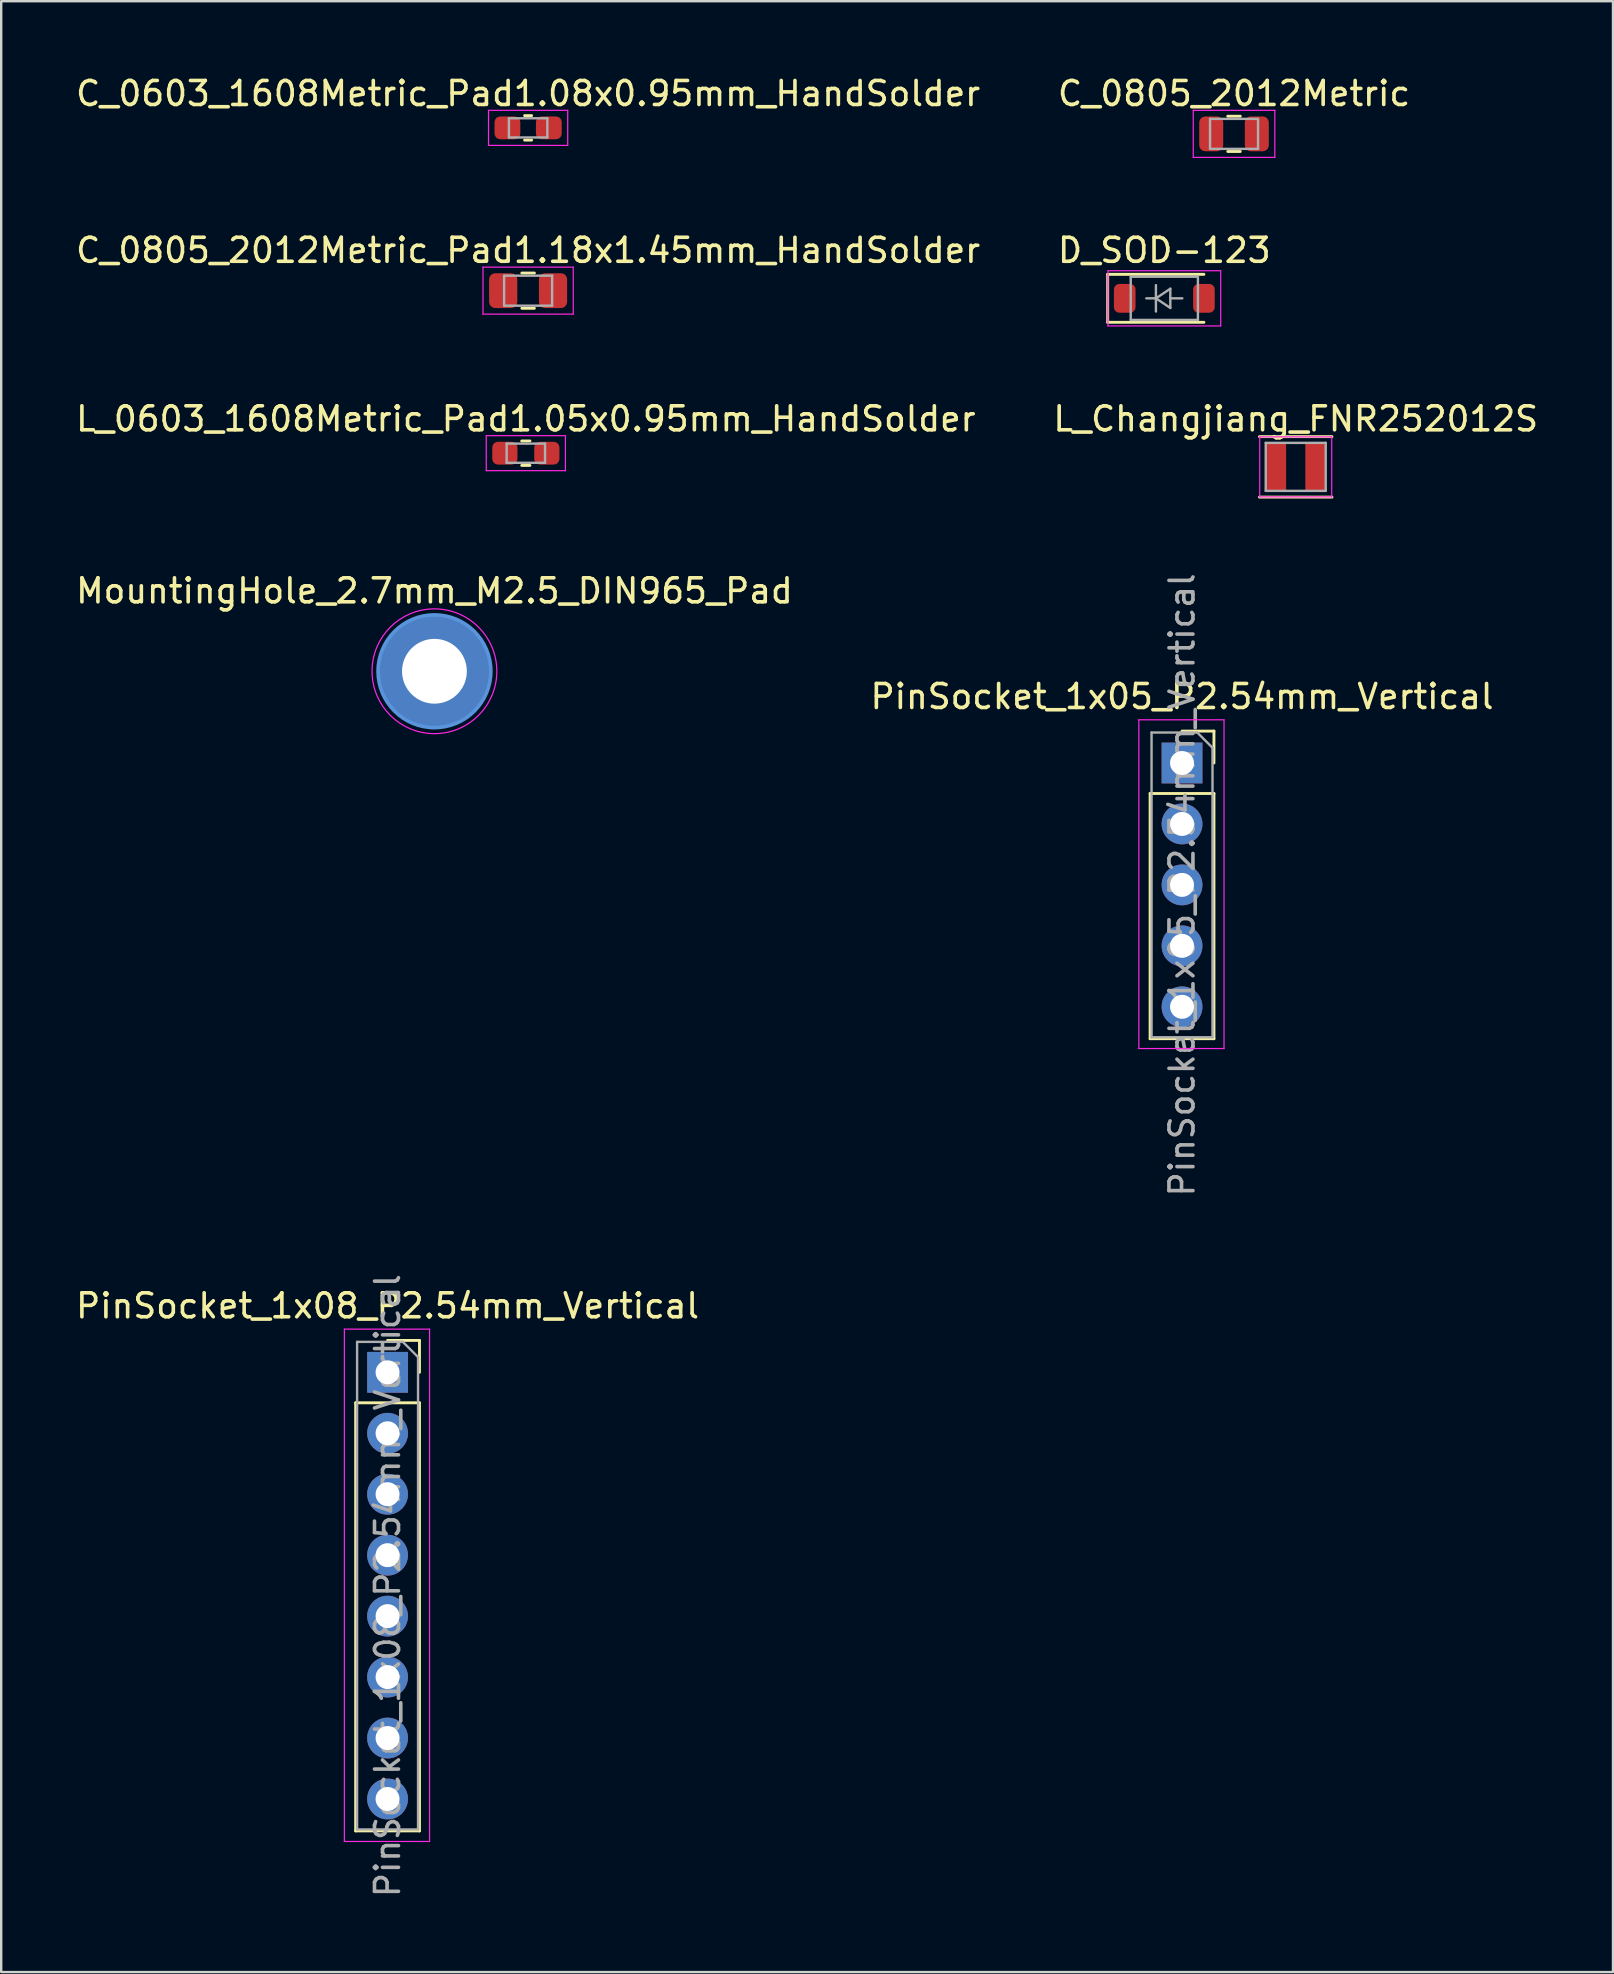
<source format=kicad_pcb>
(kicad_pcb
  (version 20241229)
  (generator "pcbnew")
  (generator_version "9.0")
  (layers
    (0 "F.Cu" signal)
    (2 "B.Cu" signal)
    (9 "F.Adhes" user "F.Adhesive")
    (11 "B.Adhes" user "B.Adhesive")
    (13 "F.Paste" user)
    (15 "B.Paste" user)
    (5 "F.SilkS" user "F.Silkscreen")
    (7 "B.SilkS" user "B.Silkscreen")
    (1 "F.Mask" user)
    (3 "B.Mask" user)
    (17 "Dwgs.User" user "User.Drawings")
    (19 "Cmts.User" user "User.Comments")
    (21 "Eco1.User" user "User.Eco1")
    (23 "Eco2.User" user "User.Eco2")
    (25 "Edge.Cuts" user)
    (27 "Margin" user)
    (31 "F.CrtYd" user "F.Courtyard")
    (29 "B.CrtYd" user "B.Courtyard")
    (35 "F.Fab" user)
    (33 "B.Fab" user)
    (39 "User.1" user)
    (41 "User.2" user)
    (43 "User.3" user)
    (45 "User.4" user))
  (footprint "D_SOD-123"
    (layer "F.Cu")
    (at 45.47 9.382)
    (property "Reference" "D_SOD-123" (at 0 -2 0) (layer "F.SilkS") (effects (font (size 1 1) (thickness 0.15))))
    (attr smd)
    (fp_line (start -2.36 -1) (end -2.36 1) (stroke (width 0.12) (type solid)) (layer "F.SilkS"))
    (fp_line (start -2.36 -1) (end 1.65 -1) (stroke (width 0.12) (type solid)) (layer "F.SilkS"))
    (fp_line (start -2.36 1) (end 1.65 1) (stroke (width 0.12) (type solid)) (layer "F.SilkS"))
    (fp_line (start -2.35 -1.15) (end -2.35 1.15) (stroke (width 0.05) (type solid)) (layer "F.CrtYd"))
    (fp_line (start -2.35 -1.15) (end 2.35 -1.15) (stroke (width 0.05) (type solid)) (layer "F.CrtYd"))
    (fp_line (start 2.35 -1.15) (end 2.35 1.15) (stroke (width 0.05) (type solid)) (layer "F.CrtYd"))
    (fp_line (start 2.35 1.15) (end -2.35 1.15) (stroke (width 0.05) (type solid)) (layer "F.CrtYd"))
    (fp_line (start -1.4 -0.9) (end 1.4 -0.9) (stroke (width 0.1) (type solid)) (layer "F.Fab"))
    (fp_line (start -1.4 0.9) (end -1.4 -0.9) (stroke (width 0.1) (type solid)) (layer "F.Fab"))
    (fp_line (start -0.75 0) (end -0.35 0) (stroke (width 0.1) (type solid)) (layer "F.Fab"))
    (fp_line (start -0.35 0) (end -0.35 -0.55) (stroke (width 0.1) (type solid)) (layer "F.Fab"))
    (fp_line (start -0.35 0) (end -0.35 0.55) (stroke (width 0.1) (type solid)) (layer "F.Fab"))
    (fp_line (start -0.35 0) (end 0.25 -0.4) (stroke (width 0.1) (type solid)) (layer "F.Fab"))
    (fp_line (start 0.25 -0.4) (end 0.25 0.4) (stroke (width 0.1) (type solid)) (layer "F.Fab"))
    (fp_line (start 0.25 0) (end 0.75 0) (stroke (width 0.1) (type solid)) (layer "F.Fab"))
    (fp_line (start 0.25 0.4) (end -0.35 0) (stroke (width 0.1) (type solid)) (layer "F.Fab"))
    (fp_line (start 1.4 -0.9) (end 1.4 0.9) (stroke (width 0.1) (type solid)) (layer "F.Fab"))
    (fp_line (start 1.4 0.9) (end -1.4 0.9) (stroke (width 0.1) (type solid)) (layer "F.Fab"))
    (pad "1" smd roundrect (at -1.65 0) (size 0.9 1.2) (layers "F.Cu" "F.Mask" "F.Paste") (roundrect_rratio 0.25))
    (pad "2" smd roundrect (at 1.65 0) (size 0.9 1.2) (layers "F.Cu" "F.Mask" "F.Paste") (roundrect_rratio 0.25)))
  (footprint "L_Changjiang_FNR252012S"
    (layer "F.Cu")
    (at 50.946 16.405)
    (property "Reference" "L_Changjiang_FNR252012S" (at 0 -2 180) (layer "F.SilkS") (effects (font (size 1 1) (thickness 0.15))))
    (attr smd)
    (fp_line (start -1.51 -1.26) (end 1.51 -1.26) (stroke (width 0.12) (type solid)) (layer "F.SilkS"))
    (fp_line (start -1.51 1.26) (end 1.51 1.26) (stroke (width 0.12) (type solid)) (layer "F.SilkS"))
    (fp_line (start -1.5 -1.25) (end -1.5 1.25) (stroke (width 0.05) (type solid)) (layer "F.CrtYd"))
    (fp_line (start -1.5 1.25) (end 1.5 1.25) (stroke (width 0.05) (type solid)) (layer "F.CrtYd"))
    (fp_line (start 1.5 -1.25) (end -1.5 -1.25) (stroke (width 0.05) (type solid)) (layer "F.CrtYd"))
    (fp_line (start 1.5 1.25) (end 1.5 -1.25) (stroke (width 0.05) (type solid)) (layer "F.CrtYd"))
    (fp_line (start -1.25 -1) (end -1.25 1) (stroke (width 0.1) (type solid)) (layer "F.Fab"))
    (fp_line (start -1.25 1) (end 1.25 1) (stroke (width 0.1) (type solid)) (layer "F.Fab"))
    (fp_line (start 1.25 -1) (end -1.25 -1) (stroke (width 0.1) (type solid)) (layer "F.Fab"))
    (fp_line (start 1.25 1) (end 1.25 -1) (stroke (width 0.1) (type solid)) (layer "F.Fab"))
    (pad "1" smd rect (at -0.825 0) (size 0.85 2) (layers "F.Cu" "F.Mask" "F.Paste"))
    (pad "2" smd rect (at 0.825 0) (size 0.85 2) (layers "F.Cu" "F.Mask" "F.Paste")))
  (footprint "PinSocket_1x08_P2.54mm_Vertical"
    (layer "F.Cu")
    (at 13.101 54.138)
    (property "Reference" "PinSocket_1x08_P2.54mm_Vertical" (at 0 -2.77 0) (layer "F.SilkS") (effects (font (size 1 1) (thickness 0.15))))
    (attr through_hole)
    (fp_line (start -1.33 1.27) (end -1.33 19.11) (stroke (width 0.12) (type solid)) (layer "F.SilkS"))
    (fp_line (start -1.33 1.27) (end 1.33 1.27) (stroke (width 0.12) (type solid)) (layer "F.SilkS"))
    (fp_line (start -1.33 19.11) (end 1.33 19.11) (stroke (width 0.12) (type solid)) (layer "F.SilkS"))
    (fp_line (start 0 -1.33) (end 1.33 -1.33) (stroke (width 0.12) (type solid)) (layer "F.SilkS"))
    (fp_line (start 1.33 -1.33) (end 1.33 0) (stroke (width 0.12) (type solid)) (layer "F.SilkS"))
    (fp_line (start 1.33 1.27) (end 1.33 19.11) (stroke (width 0.12) (type solid)) (layer "F.SilkS"))
    (fp_line (start -1.8 -1.8) (end 1.75 -1.8) (stroke (width 0.05) (type solid)) (layer "F.CrtYd"))
    (fp_line (start -1.8 19.55) (end -1.8 -1.8) (stroke (width 0.05) (type solid)) (layer "F.CrtYd"))
    (fp_line (start 1.75 -1.8) (end 1.75 19.55) (stroke (width 0.05) (type solid)) (layer "F.CrtYd"))
    (fp_line (start 1.75 19.55) (end -1.8 19.55) (stroke (width 0.05) (type solid)) (layer "F.CrtYd"))
    (fp_line (start -1.27 -1.27) (end 0.635 -1.27) (stroke (width 0.1) (type solid)) (layer "F.Fab"))
    (fp_line (start -1.27 19.05) (end -1.27 -1.27) (stroke (width 0.1) (type solid)) (layer "F.Fab"))
    (fp_line (start 0.635 -1.27) (end 1.27 -0.635) (stroke (width 0.1) (type solid)) (layer "F.Fab"))
    (fp_line (start 1.27 -0.635) (end 1.27 19.05) (stroke (width 0.1) (type solid)) (layer "F.Fab"))
    (fp_line (start 1.27 19.05) (end -1.27 19.05) (stroke (width 0.1) (type solid)) (layer "F.Fab"))
    (fp_text user "${REFERENCE}" (at 0 8.89 90) (layer "F.Fab") (effects (font (size 1 1) (thickness 0.15))))
    (pad "1" thru_hole rect (at 0 0) (size 1.7 1.7) (drill 1) (layers "*.Cu" "*.Mask"))
    (pad "2" thru_hole oval (at 0 2.54) (size 1.7 1.7) (drill 1) (layers "*.Cu" "*.Mask"))
    (pad "3" thru_hole oval (at 0 5.08) (size 1.7 1.7) (drill 1) (layers "*.Cu" "*.Mask"))
    (pad "4" thru_hole oval (at 0 7.62) (size 1.7 1.7) (drill 1) (layers "*.Cu" "*.Mask"))
    (pad "5" thru_hole oval (at 0 10.16) (size 1.7 1.7) (drill 1) (layers "*.Cu" "*.Mask"))
    (pad "6" thru_hole oval (at 0 12.7) (size 1.7 1.7) (drill 1) (layers "*.Cu" "*.Mask"))
    (pad "7" thru_hole oval (at 0 15.24) (size 1.7 1.7) (drill 1) (layers "*.Cu" "*.Mask"))
    (pad "8" thru_hole oval (at 0 17.78) (size 1.7 1.7) (drill 1) (layers "*.Cu" "*.Mask")))
  (footprint "C_0805_2012Metric_Pad1.18x1.45mm_HandSolder"
    (layer "F.Cu")
    (at 18.958 9.062)
    (property "Reference" "C_0805_2012Metric_Pad1.18x1.45mm_HandSolder" (at 0 -1.68 0) (layer "F.SilkS") (effects (font (size 1 1) (thickness 0.15))))
    (attr smd)
    (fp_line (start -0.261 -0.735) (end 0.261 -0.735) (stroke (width 0.12) (type solid)) (layer "F.SilkS"))
    (fp_line (start -0.261 0.735) (end 0.261 0.735) (stroke (width 0.12) (type solid)) (layer "F.SilkS"))
    (fp_line (start -1.88 -0.98) (end 1.88 -0.98) (stroke (width 0.05) (type solid)) (layer "F.CrtYd"))
    (fp_line (start -1.88 0.98) (end -1.88 -0.98) (stroke (width 0.05) (type solid)) (layer "F.CrtYd"))
    (fp_line (start 1.88 -0.98) (end 1.88 0.98) (stroke (width 0.05) (type solid)) (layer "F.CrtYd"))
    (fp_line (start 1.88 0.98) (end -1.88 0.98) (stroke (width 0.05) (type solid)) (layer "F.CrtYd"))
    (fp_line (start -1 -0.625) (end 1 -0.625) (stroke (width 0.1) (type solid)) (layer "F.Fab"))
    (fp_line (start -1 0.625) (end -1 -0.625) (stroke (width 0.1) (type solid)) (layer "F.Fab"))
    (fp_line (start 1 -0.625) (end 1 0.625) (stroke (width 0.1) (type solid)) (layer "F.Fab"))
    (fp_line (start 1 0.625) (end -1 0.625) (stroke (width 0.1) (type solid)) (layer "F.Fab"))
    (pad "1" smd roundrect (at -1.038 0 180) (size 1.175 1.45) (layers "F.Cu" "F.Mask" "F.Paste") (roundrect_rratio 0.213))
    (pad "2" smd roundrect (at 1.038 0 180) (size 1.175 1.45) (layers "F.Cu" "F.Mask" "F.Paste") (roundrect_rratio 0.213)))
  (footprint "L_0603_1608Metric_Pad1.05x0.95mm_HandSolder"
    (layer "F.Cu")
    (at 18.863 15.835)
    (property "Reference" "L_0603_1608Metric_Pad1.05x0.95mm_HandSolder" (at 0 -1.43 180) (layer "F.SilkS") (effects (font (size 1 1) (thickness 0.15))))
    (attr smd)
    (fp_line (start -0.171 -0.51) (end 0.171 -0.51) (stroke (width 0.12) (type solid)) (layer "F.SilkS"))
    (fp_line (start -0.171 0.51) (end 0.171 0.51) (stroke (width 0.12) (type solid)) (layer "F.SilkS"))
    (fp_line (start -1.65 -0.73) (end 1.65 -0.73) (stroke (width 0.05) (type solid)) (layer "F.CrtYd"))
    (fp_line (start -1.65 0.73) (end -1.65 -0.73) (stroke (width 0.05) (type solid)) (layer "F.CrtYd"))
    (fp_line (start 1.65 -0.73) (end 1.65 0.73) (stroke (width 0.05) (type solid)) (layer "F.CrtYd"))
    (fp_line (start 1.65 0.73) (end -1.65 0.73) (stroke (width 0.05) (type solid)) (layer "F.CrtYd"))
    (fp_line (start -0.8 -0.4) (end 0.8 -0.4) (stroke (width 0.1) (type solid)) (layer "F.Fab"))
    (fp_line (start -0.8 0.4) (end -0.8 -0.4) (stroke (width 0.1) (type solid)) (layer "F.Fab"))
    (fp_line (start 0.8 -0.4) (end 0.8 0.4) (stroke (width 0.1) (type solid)) (layer "F.Fab"))
    (fp_line (start 0.8 0.4) (end -0.8 0.4) (stroke (width 0.1) (type solid)) (layer "F.Fab"))
    (pad "1" smd roundrect (at -0.875 0) (size 1.05 0.95) (layers "F.Cu" "F.Mask" "F.Paste") (roundrect_rratio 0.25))
    (pad "2" smd roundrect (at 0.875 0) (size 1.05 0.95) (layers "F.Cu" "F.Mask" "F.Paste") (roundrect_rratio 0.25)))
  (footprint "C_0603_1608Metric_Pad1.08x0.95mm_HandSolder"
    (layer "F.Cu")
    (at 18.958 2.278)
    (property "Reference" "C_0603_1608Metric_Pad1.08x0.95mm_HandSolder" (at 0 -1.43 0) (layer "F.SilkS") (effects (font (size 1 1) (thickness 0.15))))
    (attr smd)
    (fp_line (start -0.146 -0.51) (end 0.146 -0.51) (stroke (width 0.12) (type solid)) (layer "F.SilkS"))
    (fp_line (start -0.146 0.51) (end 0.146 0.51) (stroke (width 0.12) (type solid)) (layer "F.SilkS"))
    (fp_line (start -1.65 -0.73) (end 1.65 -0.73) (stroke (width 0.05) (type solid)) (layer "F.CrtYd"))
    (fp_line (start -1.65 0.73) (end -1.65 -0.73) (stroke (width 0.05) (type solid)) (layer "F.CrtYd"))
    (fp_line (start 1.65 -0.73) (end 1.65 0.73) (stroke (width 0.05) (type solid)) (layer "F.CrtYd"))
    (fp_line (start 1.65 0.73) (end -1.65 0.73) (stroke (width 0.05) (type solid)) (layer "F.CrtYd"))
    (fp_line (start -0.8 -0.4) (end 0.8 -0.4) (stroke (width 0.1) (type solid)) (layer "F.Fab"))
    (fp_line (start -0.8 0.4) (end -0.8 -0.4) (stroke (width 0.1) (type solid)) (layer "F.Fab"))
    (fp_line (start 0.8 -0.4) (end 0.8 0.4) (stroke (width 0.1) (type solid)) (layer "F.Fab"))
    (fp_line (start 0.8 0.4) (end -0.8 0.4) (stroke (width 0.1) (type solid)) (layer "F.Fab"))
    (pad "1" smd roundrect (at -0.863 0 180) (size 1.075 0.95) (layers "F.Cu" "F.Mask" "F.Paste") (roundrect_rratio 0.25))
    (pad "2" smd roundrect (at 0.863 0 180) (size 1.075 0.95) (layers "F.Cu" "F.Mask" "F.Paste") (roundrect_rratio 0.25)))
  (footprint "MountingHole_2.7mm_M2.5_DIN965_Pad"
    (layer "F.Cu")
    (at 15.054 24.923)
    (property "Reference" "MountingHole_2.7mm_M2.5_DIN965_Pad" (at 0 -3.35 0) (layer "F.SilkS") (effects (font (size 1 1) (thickness 0.15))))
    (attr exclude_from_pos_files exclude_from_bom)
    (fp_circle (center 0 0) (end 2.35 0) (stroke (width 0.15) (type solid)) (fill no) (layer "Cmts.User"))
    (fp_circle (center 0 0) (end 2.6 0) (stroke (width 0.05) (type solid)) (fill no) (layer "F.CrtYd"))
    (pad "1" thru_hole circle (at 0 0) (size 4.7 4.7) (drill 2.7) (layers "*.Cu" "*.Mask")))
  (footprint "C_0805_2012Metric"
    (layer "F.Cu")
    (at 48.375 2.528)
    (property "Reference" "C_0805_2012Metric" (at 0 -1.68 0) (layer "F.SilkS") (effects (font (size 1 1) (thickness 0.15))))
    (attr smd)
    (fp_line (start -0.261 -0.735) (end 0.261 -0.735) (stroke (width 0.12) (type solid)) (layer "F.SilkS"))
    (fp_line (start -0.261 0.735) (end 0.261 0.735) (stroke (width 0.12) (type solid)) (layer "F.SilkS"))
    (fp_line (start -1.7 -0.98) (end 1.7 -0.98) (stroke (width 0.05) (type solid)) (layer "F.CrtYd"))
    (fp_line (start -1.7 0.98) (end -1.7 -0.98) (stroke (width 0.05) (type solid)) (layer "F.CrtYd"))
    (fp_line (start 1.7 -0.98) (end 1.7 0.98) (stroke (width 0.05) (type solid)) (layer "F.CrtYd"))
    (fp_line (start 1.7 0.98) (end -1.7 0.98) (stroke (width 0.05) (type solid)) (layer "F.CrtYd"))
    (fp_line (start -1 -0.625) (end 1 -0.625) (stroke (width 0.1) (type solid)) (layer "F.Fab"))
    (fp_line (start -1 0.625) (end -1 -0.625) (stroke (width 0.1) (type solid)) (layer "F.Fab"))
    (fp_line (start 1 -0.625) (end 1 0.625) (stroke (width 0.1) (type solid)) (layer "F.Fab"))
    (fp_line (start 1 0.625) (end -1 0.625) (stroke (width 0.1) (type solid)) (layer "F.Fab"))
    (pad "1" smd roundrect (at -0.95 0) (size 1 1.45) (layers "F.Cu" "F.Mask" "F.Paste") (roundrect_rratio 0.25))
    (pad "2" smd roundrect (at 0.95 0) (size 1 1.45) (layers "F.Cu" "F.Mask" "F.Paste") (roundrect_rratio 0.25)))
  (footprint "PinSocket_1x05_P2.54mm_Vertical"
    (layer "F.Cu")
    (at 46.208 28.746)
    (property "Reference" "PinSocket_1x05_P2.54mm_Vertical" (at 0 -2.77 180) (layer "F.SilkS") (effects (font (size 1 1) (thickness 0.15))))
    (attr through_hole)
    (fp_line (start -1.33 1.27) (end -1.33 11.49) (stroke (width 0.12) (type solid)) (layer "F.SilkS"))
    (fp_line (start -1.33 1.27) (end 1.33 1.27) (stroke (width 0.12) (type solid)) (layer "F.SilkS"))
    (fp_line (start -1.33 11.49) (end 1.33 11.49) (stroke (width 0.12) (type solid)) (layer "F.SilkS"))
    (fp_line (start 0 -1.33) (end 1.33 -1.33) (stroke (width 0.12) (type solid)) (layer "F.SilkS"))
    (fp_line (start 1.33 -1.33) (end 1.33 0) (stroke (width 0.12) (type solid)) (layer "F.SilkS"))
    (fp_line (start 1.33 1.27) (end 1.33 11.49) (stroke (width 0.12) (type solid)) (layer "F.SilkS"))
    (fp_line (start -1.8 -1.8) (end 1.75 -1.8) (stroke (width 0.05) (type solid)) (layer "F.CrtYd"))
    (fp_line (start -1.8 11.9) (end -1.8 -1.8) (stroke (width 0.05) (type solid)) (layer "F.CrtYd"))
    (fp_line (start 1.75 -1.8) (end 1.75 11.9) (stroke (width 0.05) (type solid)) (layer "F.CrtYd"))
    (fp_line (start 1.75 11.9) (end -1.8 11.9) (stroke (width 0.05) (type solid)) (layer "F.CrtYd"))
    (fp_line (start -1.27 -1.27) (end 0.635 -1.27) (stroke (width 0.1) (type solid)) (layer "F.Fab"))
    (fp_line (start -1.27 11.43) (end -1.27 -1.27) (stroke (width 0.1) (type solid)) (layer "F.Fab"))
    (fp_line (start 0.635 -1.27) (end 1.27 -0.635) (stroke (width 0.1) (type solid)) (layer "F.Fab"))
    (fp_line (start 1.27 -0.635) (end 1.27 11.43) (stroke (width 0.1) (type solid)) (layer "F.Fab"))
    (fp_line (start 1.27 11.43) (end -1.27 11.43) (stroke (width 0.1) (type solid)) (layer "F.Fab"))
    (fp_text user "${REFERENCE}" (at 0 5.08 270) (layer "F.Fab") (effects (font (size 1 1) (thickness 0.15))))
    (pad "1" thru_hole rect (at 0 0) (size 1.7 1.7) (drill 1) (layers "*.Cu" "*.Mask"))
    (pad "2" thru_hole oval (at 0 2.54) (size 1.7 1.7) (drill 1) (layers "*.Cu" "*.Mask"))
    (pad "3" thru_hole oval (at 0 5.08) (size 1.7 1.7) (drill 1) (layers "*.Cu" "*.Mask"))
    (pad "4" thru_hole oval (at 0 7.62) (size 1.7 1.7) (drill 1) (layers "*.Cu" "*.Mask"))
    (pad "5" thru_hole oval (at 0 10.16) (size 1.7 1.7) (drill 1) (layers "*.Cu" "*.Mask")))
  (gr_rect
    (start -3 -3)
    (end 64.167 79.13)
    (stroke (width 0.1) (type default))
    (fill no)
    (layer "Edge.Cuts")))
</source>
